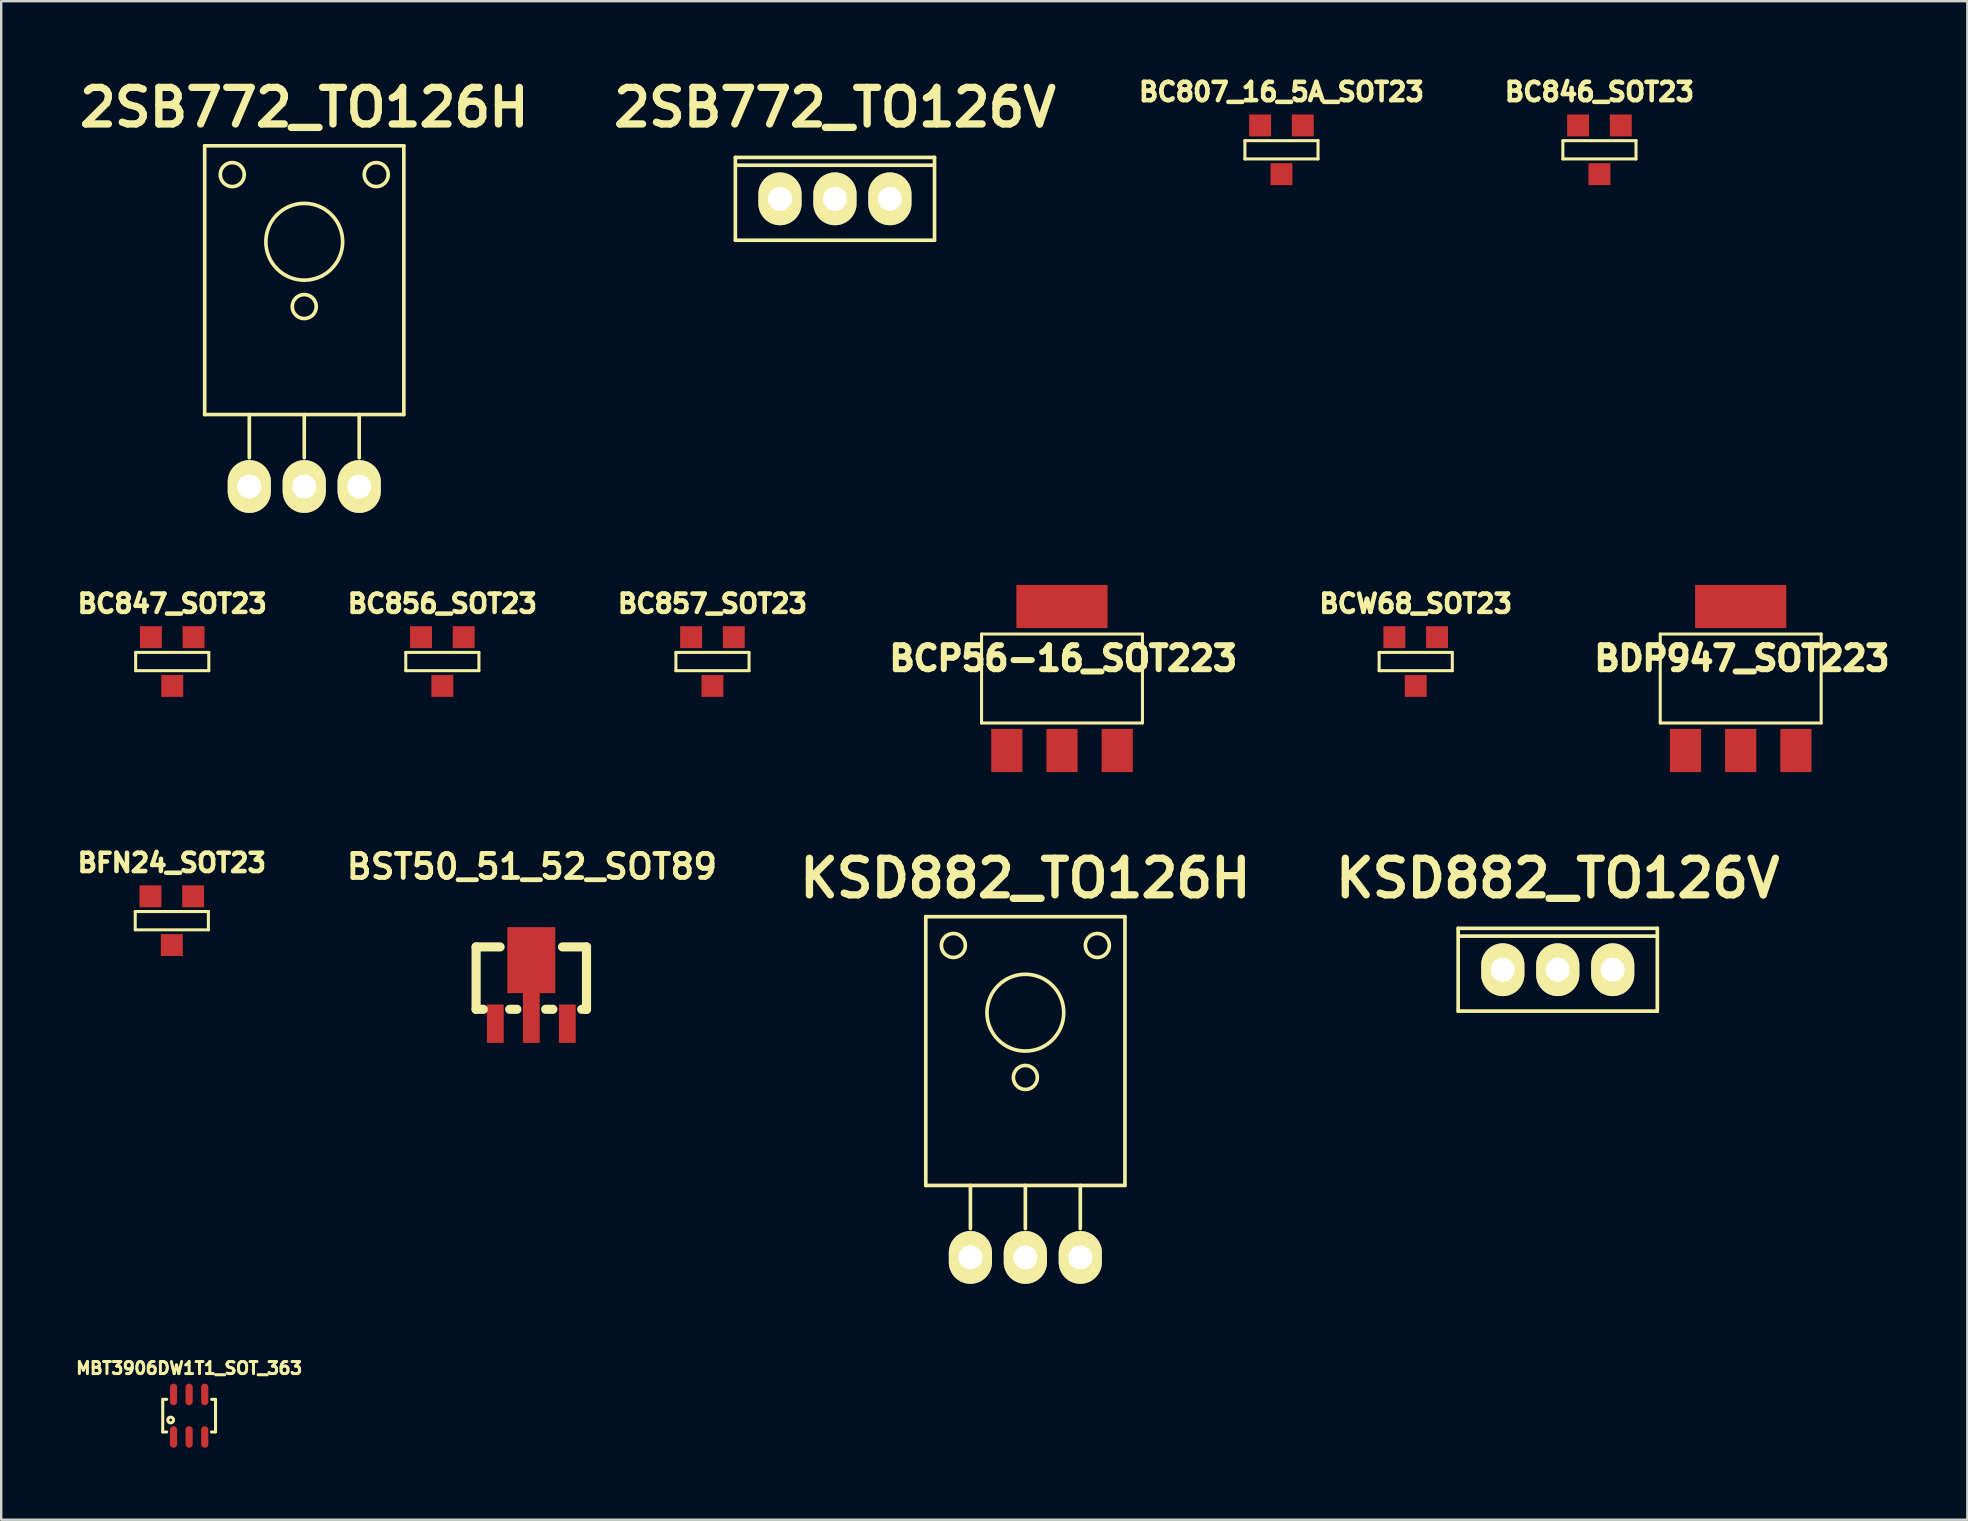
<source format=kicad_pcb>
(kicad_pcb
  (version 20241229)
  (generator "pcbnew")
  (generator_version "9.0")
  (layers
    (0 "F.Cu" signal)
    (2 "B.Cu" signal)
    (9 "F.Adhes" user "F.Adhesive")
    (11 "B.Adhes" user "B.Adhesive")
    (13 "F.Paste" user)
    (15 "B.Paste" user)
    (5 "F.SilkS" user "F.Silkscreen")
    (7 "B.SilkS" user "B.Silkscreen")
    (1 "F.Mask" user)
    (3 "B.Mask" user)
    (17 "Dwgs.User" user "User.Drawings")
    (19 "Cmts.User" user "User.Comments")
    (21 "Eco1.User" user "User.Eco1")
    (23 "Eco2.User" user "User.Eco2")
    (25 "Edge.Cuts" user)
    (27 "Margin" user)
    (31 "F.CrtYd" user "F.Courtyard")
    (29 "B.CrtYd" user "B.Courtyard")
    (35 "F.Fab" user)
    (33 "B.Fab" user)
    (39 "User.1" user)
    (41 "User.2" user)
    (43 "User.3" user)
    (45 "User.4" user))
  (footprint "BC807_16_5A_SOT23"
    (layer "F.Cu")
    (at 50.355 3.193)
    (property "Reference" "BC807_16_5A_SOT23" (at 0 -2.413 0) (layer "F.SilkS") (effects (font (size 0.762 0.762) (thickness 0.191))))
    (attr smd)
    (fp_line (start -1.524 -0.381) (end 1.524 -0.381) (stroke (width 0.127) (type solid)) (layer "F.SilkS"))
    (fp_line (start -1.524 0.381) (end -1.524 -0.381) (stroke (width 0.127) (type solid)) (layer "F.SilkS"))
    (fp_line (start 1.524 -0.381) (end 1.524 0.381) (stroke (width 0.127) (type solid)) (layer "F.SilkS"))
    (fp_line (start 1.524 0.381) (end -1.524 0.381) (stroke (width 0.127) (type solid)) (layer "F.SilkS"))
    (pad "1" smd rect (at 0.889 -1.016) (size 0.914 0.914) (layers "F.Cu" "F.Mask" "F.Paste"))
    (pad "2" smd rect (at -0.889 -1.016) (size 0.914 0.914) (layers "F.Cu" "F.Mask" "F.Paste"))
    (pad "3" smd rect (at 0 1.016) (size 0.914 0.914) (layers "F.Cu" "F.Mask" "F.Paste")))
  (footprint "BDP947_SOT223"
    (layer "F.Cu")
    (at 69.494 25.227)
    (property "Reference" "BDP947_SOT223" (at 0.051 -0.838 0) (layer "F.SilkS") (effects (font (size 1 1) (thickness 0.25))))
    (attr through_hole)
    (fp_line (start -3.353 -1.854) (end 3.353 -1.854) (stroke (width 0.127) (type solid)) (layer "F.SilkS"))
    (fp_line (start -3.353 1.854) (end -3.353 -1.854) (stroke (width 0.127) (type solid)) (layer "F.SilkS"))
    (fp_line (start 3.353 -1.854) (end 3.353 1.854) (stroke (width 0.127) (type solid)) (layer "F.SilkS"))
    (fp_line (start 3.353 1.854) (end -3.353 1.854) (stroke (width 0.127) (type solid)) (layer "F.SilkS"))
    (pad "B" smd rect (at -2.301 3) (size 1.3 1.801) (layers "F.Cu" "F.Mask" "F.Paste"))
    (pad "C" smd rect (at 0 -3) (size 3.8 1.801) (layers "F.Cu" "F.Mask" "F.Paste"))
    (pad "C" smd rect (at 0 3) (size 1.3 1.801) (layers "F.Cu" "F.Mask" "F.Paste"))
    (pad "E" smd rect (at 2.301 3) (size 1.3 1.801) (layers "F.Cu" "F.Mask" "F.Paste")))
  (footprint "KSD882_TO126H"
    (layer "F.Cu")
    (at 39.682 49.353)
    (property "Reference" "KSD882_TO126H" (at 0 -15.8 0) (layer "F.SilkS") (effects (font (size 1.524 1.524) (thickness 0.305))))
    (attr through_hole)
    (fp_line (start -4.15 -3) (end -4.15 -14.2) (stroke (width 0.152) (type solid)) (layer "F.SilkS"))
    (fp_line (start -2.29 -1.2) (end -2.29 -3) (stroke (width 0.152) (type solid)) (layer "F.SilkS"))
    (fp_line (start 0 -1.2) (end 0 -3) (stroke (width 0.152) (type solid)) (layer "F.SilkS"))
    (fp_line (start 2.29 -1.2) (end 2.29 -3) (stroke (width 0.152) (type solid)) (layer "F.SilkS"))
    (fp_line (start 4.15 -14.2) (end -4.15 -14.2) (stroke (width 0.152) (type solid)) (layer "F.SilkS"))
    (fp_line (start 4.15 -3) (end -4.15 -3) (stroke (width 0.152) (type solid)) (layer "F.SilkS"))
    (fp_line (start 4.15 -3) (end 4.15 -14.2) (stroke (width 0.152) (type solid)) (layer "F.SilkS"))
    (fp_circle (center -3 -13) (end -3 -13.5) (stroke (width 0.152) (type solid)) (fill no) (layer "F.SilkS"))
    (fp_circle (center 0 -10.2) (end 1.6 -10.2) (stroke (width 0.152) (type solid)) (fill no) (layer "F.SilkS"))
    (fp_circle (center 0 -7.5) (end 0.5 -7.5) (stroke (width 0.152) (type solid)) (fill no) (layer "F.SilkS"))
    (fp_circle (center 3 -13) (end 3.5 -13) (stroke (width 0.152) (type solid)) (fill no) (layer "F.SilkS"))
    (pad "1" thru_hole oval (at -2.29 0) (size 1.8 2.2) (drill 1) (layers "*.Cu" "*.Mask" "F.SilkS"))
    (pad "2" thru_hole oval (at 0 0) (size 1.8 2.2) (drill 1) (layers "*.Cu" "*.Mask" "F.SilkS"))
    (pad "3" thru_hole oval (at 2.29 0) (size 1.8 2.2) (drill 1) (layers "*.Cu" "*.Mask" "F.SilkS")))
  (footprint "BC857_SOT23"
    (layer "F.Cu")
    (at 26.642 24.52)
    (property "Reference" "BC857_SOT23" (at 0 -2.413 0) (layer "F.SilkS") (effects (font (size 0.762 0.762) (thickness 0.191))))
    (attr smd)
    (fp_line (start -1.524 -0.381) (end 1.524 -0.381) (stroke (width 0.127) (type solid)) (layer "F.SilkS"))
    (fp_line (start -1.524 0.381) (end -1.524 -0.381) (stroke (width 0.127) (type solid)) (layer "F.SilkS"))
    (fp_line (start 1.524 -0.381) (end 1.524 0.381) (stroke (width 0.127) (type solid)) (layer "F.SilkS"))
    (fp_line (start 1.524 0.381) (end -1.524 0.381) (stroke (width 0.127) (type solid)) (layer "F.SilkS"))
    (pad "1" smd rect (at 0.889 -1.016) (size 0.914 0.914) (layers "F.Cu" "F.Mask" "F.Paste"))
    (pad "2" smd rect (at -0.889 -1.016) (size 0.914 0.914) (layers "F.Cu" "F.Mask" "F.Paste"))
    (pad "3" smd rect (at 0 1.016) (size 0.914 0.914) (layers "F.Cu" "F.Mask" "F.Paste")))
  (footprint "BCP56-16_SOT223"
    (layer "F.Cu")
    (at 41.209 25.227)
    (property "Reference" "BCP56-16_SOT223" (at 0.051 -0.838 0) (layer "F.SilkS") (effects (font (size 1 1) (thickness 0.25))))
    (attr through_hole)
    (fp_line (start -3.353 -1.854) (end 3.353 -1.854) (stroke (width 0.127) (type solid)) (layer "F.SilkS"))
    (fp_line (start -3.353 1.854) (end -3.353 -1.854) (stroke (width 0.127) (type solid)) (layer "F.SilkS"))
    (fp_line (start 3.353 -1.854) (end 3.353 1.854) (stroke (width 0.127) (type solid)) (layer "F.SilkS"))
    (fp_line (start 3.353 1.854) (end -3.353 1.854) (stroke (width 0.127) (type solid)) (layer "F.SilkS"))
    (pad "B" smd rect (at -2.301 3) (size 1.3 1.801) (layers "F.Cu" "F.Mask" "F.Paste"))
    (pad "C" smd rect (at 0 -3) (size 3.8 1.801) (layers "F.Cu" "F.Mask" "F.Paste"))
    (pad "C" smd rect (at 0 3) (size 1.3 1.801) (layers "F.Cu" "F.Mask" "F.Paste"))
    (pad "E" smd rect (at 2.301 3) (size 1.3 1.801) (layers "F.Cu" "F.Mask" "F.Paste")))
  (footprint "BC847_SOT23"
    (layer "F.Cu")
    (at 4.128 24.52)
    (property "Reference" "BC847_SOT23" (at 0 -2.413 0) (layer "F.SilkS") (effects (font (size 0.762 0.762) (thickness 0.191))))
    (attr smd)
    (fp_line (start -1.524 -0.381) (end 1.524 -0.381) (stroke (width 0.127) (type solid)) (layer "F.SilkS"))
    (fp_line (start -1.524 0.381) (end -1.524 -0.381) (stroke (width 0.127) (type solid)) (layer "F.SilkS"))
    (fp_line (start 1.524 -0.381) (end 1.524 0.381) (stroke (width 0.127) (type solid)) (layer "F.SilkS"))
    (fp_line (start 1.524 0.381) (end -1.524 0.381) (stroke (width 0.127) (type solid)) (layer "F.SilkS"))
    (pad "1" smd rect (at 0.889 -1.016) (size 0.914 0.914) (layers "F.Cu" "F.Mask" "F.Paste"))
    (pad "2" smd rect (at -0.889 -1.016) (size 0.914 0.914) (layers "F.Cu" "F.Mask" "F.Paste"))
    (pad "3" smd rect (at 0 1.016) (size 0.914 0.914) (layers "F.Cu" "F.Mask" "F.Paste")))
  (footprint "2SB772_TO126V"
    (layer "F.Cu")
    (at 31.746 5.236)
    (property "Reference" "2SB772_TO126V" (at 0 -3.81 0) (layer "F.SilkS") (effects (font (size 1.524 1.524) (thickness 0.305))))
    (attr through_hole)
    (fp_line (start -4.15 -1.725) (end 4.15 -1.725) (stroke (width 0.152) (type solid)) (layer "F.SilkS"))
    (fp_line (start -4.15 1.725) (end -4.15 -1.725) (stroke (width 0.152) (type solid)) (layer "F.SilkS"))
    (fp_line (start 4.1 -1.4) (end -4.1 -1.4) (stroke (width 0.152) (type solid)) (layer "F.SilkS"))
    (fp_line (start 4.15 -1.725) (end 4.15 1.725) (stroke (width 0.152) (type solid)) (layer "F.SilkS"))
    (fp_line (start 4.15 1.725) (end -4.15 1.725) (stroke (width 0.152) (type solid)) (layer "F.SilkS"))
    (pad "1" thru_hole oval (at -2.29 0) (size 1.8 2.2) (drill 1) (layers "*.Cu" "*.Mask" "F.SilkS"))
    (pad "2" thru_hole oval (at 0 0) (size 1.8 2.2) (drill 1) (layers "*.Cu" "*.Mask" "F.SilkS"))
    (pad "3" thru_hole oval (at 2.29 0) (size 1.8 2.2) (drill 1) (layers "*.Cu" "*.Mask" "F.SilkS")))
  (footprint "KSD882_TO126V"
    (layer "F.Cu")
    (at 61.869 37.363)
    (property "Reference" "KSD882_TO126V" (at 0 -3.81 0) (layer "F.SilkS") (effects (font (size 1.524 1.524) (thickness 0.305))))
    (attr through_hole)
    (fp_line (start -4.15 -1.725) (end 4.15 -1.725) (stroke (width 0.152) (type solid)) (layer "F.SilkS"))
    (fp_line (start -4.15 1.725) (end -4.15 -1.725) (stroke (width 0.152) (type solid)) (layer "F.SilkS"))
    (fp_line (start 4.1 -1.4) (end -4.1 -1.4) (stroke (width 0.152) (type solid)) (layer "F.SilkS"))
    (fp_line (start 4.15 -1.725) (end 4.15 1.725) (stroke (width 0.152) (type solid)) (layer "F.SilkS"))
    (fp_line (start 4.15 1.725) (end -4.15 1.725) (stroke (width 0.152) (type solid)) (layer "F.SilkS"))
    (pad "1" thru_hole oval (at -2.29 0) (size 1.8 2.2) (drill 1) (layers "*.Cu" "*.Mask" "F.SilkS"))
    (pad "2" thru_hole oval (at 0 0) (size 1.8 2.2) (drill 1) (layers "*.Cu" "*.Mask" "F.SilkS"))
    (pad "3" thru_hole oval (at 2.29 0) (size 1.8 2.2) (drill 1) (layers "*.Cu" "*.Mask" "F.SilkS")))
  (footprint "2SB772_TO126H"
    (layer "F.Cu")
    (at 9.63 17.226)
    (property "Reference" "2SB772_TO126H" (at 0 -15.8 0) (layer "F.SilkS") (effects (font (size 1.524 1.524) (thickness 0.305))))
    (attr through_hole)
    (fp_line (start -4.15 -3) (end -4.15 -14.2) (stroke (width 0.152) (type solid)) (layer "F.SilkS"))
    (fp_line (start -2.29 -1.2) (end -2.29 -3) (stroke (width 0.152) (type solid)) (layer "F.SilkS"))
    (fp_line (start 0 -1.2) (end 0 -3) (stroke (width 0.152) (type solid)) (layer "F.SilkS"))
    (fp_line (start 2.29 -1.2) (end 2.29 -3) (stroke (width 0.152) (type solid)) (layer "F.SilkS"))
    (fp_line (start 4.15 -14.2) (end -4.15 -14.2) (stroke (width 0.152) (type solid)) (layer "F.SilkS"))
    (fp_line (start 4.15 -3) (end -4.15 -3) (stroke (width 0.152) (type solid)) (layer "F.SilkS"))
    (fp_line (start 4.15 -3) (end 4.15 -14.2) (stroke (width 0.152) (type solid)) (layer "F.SilkS"))
    (fp_circle (center -3 -13) (end -3 -13.5) (stroke (width 0.152) (type solid)) (fill no) (layer "F.SilkS"))
    (fp_circle (center 0 -10.2) (end 1.6 -10.2) (stroke (width 0.152) (type solid)) (fill no) (layer "F.SilkS"))
    (fp_circle (center 0 -7.5) (end 0.5 -7.5) (stroke (width 0.152) (type solid)) (fill no) (layer "F.SilkS"))
    (fp_circle (center 3 -13) (end 3.5 -13) (stroke (width 0.152) (type solid)) (fill no) (layer "F.SilkS"))
    (pad "1" thru_hole oval (at -2.29 0) (size 1.8 2.2) (drill 1) (layers "*.Cu" "*.Mask" "F.SilkS"))
    (pad "2" thru_hole oval (at 0 0) (size 1.8 2.2) (drill 1) (layers "*.Cu" "*.Mask" "F.SilkS"))
    (pad "3" thru_hole oval (at 2.29 0) (size 1.8 2.2) (drill 1) (layers "*.Cu" "*.Mask" "F.SilkS")))
  (footprint "BC856_SOT23"
    (layer "F.Cu")
    (at 15.385 24.52)
    (property "Reference" "BC856_SOT23" (at 0 -2.413 0) (layer "F.SilkS") (effects (font (size 0.762 0.762) (thickness 0.191))))
    (attr smd)
    (fp_line (start -1.524 -0.381) (end 1.524 -0.381) (stroke (width 0.127) (type solid)) (layer "F.SilkS"))
    (fp_line (start -1.524 0.381) (end -1.524 -0.381) (stroke (width 0.127) (type solid)) (layer "F.SilkS"))
    (fp_line (start 1.524 -0.381) (end 1.524 0.381) (stroke (width 0.127) (type solid)) (layer "F.SilkS"))
    (fp_line (start 1.524 0.381) (end -1.524 0.381) (stroke (width 0.127) (type solid)) (layer "F.SilkS"))
    (pad "1" smd rect (at 0.889 -1.016) (size 0.914 0.914) (layers "F.Cu" "F.Mask" "F.Paste"))
    (pad "2" smd rect (at -0.889 -1.016) (size 0.914 0.914) (layers "F.Cu" "F.Mask" "F.Paste"))
    (pad "3" smd rect (at 0 1.016) (size 0.914 0.914) (layers "F.Cu" "F.Mask" "F.Paste")))
  (footprint "BC846_SOT23"
    (layer "F.Cu")
    (at 63.607 3.193)
    (property "Reference" "BC846_SOT23" (at 0 -2.413 0) (layer "F.SilkS") (effects (font (size 0.762 0.762) (thickness 0.191))))
    (attr smd)
    (fp_line (start -1.524 -0.381) (end 1.524 -0.381) (stroke (width 0.127) (type solid)) (layer "F.SilkS"))
    (fp_line (start -1.524 0.381) (end -1.524 -0.381) (stroke (width 0.127) (type solid)) (layer "F.SilkS"))
    (fp_line (start 1.524 -0.381) (end 1.524 0.381) (stroke (width 0.127) (type solid)) (layer "F.SilkS"))
    (fp_line (start 1.524 0.381) (end -1.524 0.381) (stroke (width 0.127) (type solid)) (layer "F.SilkS"))
    (pad "1" smd rect (at 0.889 -1.016) (size 0.914 0.914) (layers "F.Cu" "F.Mask" "F.Paste"))
    (pad "2" smd rect (at -0.889 -1.016) (size 0.914 0.914) (layers "F.Cu" "F.Mask" "F.Paste"))
    (pad "3" smd rect (at 0 1.016) (size 0.914 0.914) (layers "F.Cu" "F.Mask" "F.Paste")))
  (footprint "BFN24_SOT23"
    (layer "F.Cu")
    (at 4.11 35.32)
    (property "Reference" "BFN24_SOT23" (at 0 -2.413 0) (layer "F.SilkS") (effects (font (size 0.762 0.762) (thickness 0.191))))
    (attr smd)
    (fp_line (start -1.524 -0.381) (end 1.524 -0.381) (stroke (width 0.127) (type solid)) (layer "F.SilkS"))
    (fp_line (start -1.524 0.381) (end -1.524 -0.381) (stroke (width 0.127) (type solid)) (layer "F.SilkS"))
    (fp_line (start 1.524 -0.381) (end 1.524 0.381) (stroke (width 0.127) (type solid)) (layer "F.SilkS"))
    (fp_line (start 1.524 0.381) (end -1.524 0.381) (stroke (width 0.127) (type solid)) (layer "F.SilkS"))
    (pad "1" smd rect (at 0.889 -1.016) (size 0.914 0.914) (layers "F.Cu" "F.Mask" "F.Paste"))
    (pad "2" smd rect (at -0.889 -1.016) (size 0.914 0.914) (layers "F.Cu" "F.Mask" "F.Paste"))
    (pad "3" smd rect (at 0 1.016) (size 0.914 0.914) (layers "F.Cu" "F.Mask" "F.Paste")))
  (footprint "BCW68_SOT23"
    (layer "F.Cu")
    (at 55.95 24.52)
    (property "Reference" "BCW68_SOT23" (at 0 -2.413 0) (layer "F.SilkS") (effects (font (size 0.762 0.762) (thickness 0.191))))
    (attr smd)
    (fp_line (start -1.524 -0.381) (end 1.524 -0.381) (stroke (width 0.127) (type solid)) (layer "F.SilkS"))
    (fp_line (start -1.524 0.381) (end -1.524 -0.381) (stroke (width 0.127) (type solid)) (layer "F.SilkS"))
    (fp_line (start 1.524 -0.381) (end 1.524 0.381) (stroke (width 0.127) (type solid)) (layer "F.SilkS"))
    (fp_line (start 1.524 0.381) (end -1.524 0.381) (stroke (width 0.127) (type solid)) (layer "F.SilkS"))
    (pad "B" smd rect (at 0.889 -1.016) (size 0.914 0.914) (layers "F.Cu" "F.Mask" "F.Paste"))
    (pad "C" smd rect (at 0 1.016) (size 0.914 0.914) (layers "F.Cu" "F.Mask" "F.Paste"))
    (pad "E" smd rect (at -0.889 -1.016) (size 0.914 0.914) (layers "F.Cu" "F.Mask" "F.Paste")))
  (footprint "BST50_51_52_SOT89"
    (layer "F.Cu")
    (at 19.092 37.713)
    (property "Reference" "BST50_51_52_SOT89" (at 0.025 -4.648 0) (layer "F.SilkS") (effects (font (size 1.001 1.001) (thickness 0.201))))
    (attr through_hole)
    (fp_line (start -2.3 -1.3) (end -1.3 -1.3) (stroke (width 0.381) (type solid)) (layer "F.SilkS"))
    (fp_line (start -2.3 1.3) (end -2.3 -1.3) (stroke (width 0.381) (type solid)) (layer "F.SilkS"))
    (fp_line (start -2.299 1.308) (end -2.299 -1.308) (stroke (width 0.127) (type solid)) (layer "F.SilkS"))
    (fp_line (start -2 1.3) (end -2.3 1.3) (stroke (width 0.381) (type solid)) (layer "F.SilkS"))
    (fp_line (start -0.6 1.3) (end -0.9 1.3) (stroke (width 0.381) (type solid)) (layer "F.SilkS"))
    (fp_line (start 0.9 1.3) (end 0.6 1.3) (stroke (width 0.381) (type solid)) (layer "F.SilkS"))
    (fp_line (start 1.3 -1.3) (end 2.3 -1.3) (stroke (width 0.381) (type solid)) (layer "F.SilkS"))
    (fp_line (start 2.299 -1.308) (end 2.299 1.308) (stroke (width 0.127) (type solid)) (layer "F.SilkS"))
    (fp_line (start 2.3 -1.3) (end 2.3 1.3) (stroke (width 0.381) (type solid)) (layer "F.SilkS"))
    (fp_line (start 2.3 1.3) (end 2.1 1.3) (stroke (width 0.381) (type solid)) (layer "F.SilkS"))
    (pad "1" smd rect (at 1.501 1.9) (size 0.701 1.6) (layers "F.Cu" "F.Mask" "F.Paste"))
    (pad "2" smd rect (at 0 -0.749) (size 1.999 2.751) (layers "F.Cu" "F.Mask" "F.Paste"))
    (pad "2" smd rect (at 0 1.651) (size 0.701 2.101) (layers "F.Cu" "F.Mask" "F.Paste"))
    (pad "3" smd rect (at -1.501 1.9) (size 0.701 1.6) (layers "F.Cu" "F.Mask" "F.Paste")))
  (footprint "MBT3906DW1T1_SOT_363"
    (layer "F.Cu")
    (at 4.832 55.949)
    (property "Reference" "MBT3906DW1T1_SOT_363" (at 0 -1.981 0) (layer "F.SilkS") (effects (font (size 0.503 0.503) (thickness 0.127))))
    (attr smd)
    (fp_line (start -1.1 -0.676) (end -1.1 0.676) (stroke (width 0.127) (type solid)) (layer "F.SilkS"))
    (fp_line (start -0.935 -0.683) (end -1.095 -0.683) (stroke (width 0.127) (type solid)) (layer "F.SilkS"))
    (fp_line (start -0.935 0.678) (end -1.095 0.678) (stroke (width 0.127) (type solid)) (layer "F.SilkS"))
    (fp_line (start 1.092 0.678) (end 0.932 0.678) (stroke (width 0.127) (type solid)) (layer "F.SilkS"))
    (fp_line (start 1.1 -0.681) (end 0.94 -0.681) (stroke (width 0.127) (type solid)) (layer "F.SilkS"))
    (fp_line (start 1.1 0.676) (end 1.1 -0.676) (stroke (width 0.127) (type solid)) (layer "F.SilkS"))
    (fp_circle (center -0.77 0.18) (end -0.759 0.3) (stroke (width 0.127) (type solid)) (fill no) (layer "F.SilkS"))
    (pad "1" smd oval (at -0.65 0.886) (size 0.3 0.899) (layers "F.Cu" "F.Mask" "F.Paste"))
    (pad "2" smd oval (at 0 0.886) (size 0.3 0.899) (layers "F.Cu" "F.Mask" "F.Paste"))
    (pad "3" smd oval (at 0.65 0.886) (size 0.3 0.899) (layers "F.Cu" "F.Mask" "F.Paste"))
    (pad "4" smd oval (at 0.65 -0.886) (size 0.3 0.899) (layers "F.Cu" "F.Mask" "F.Paste"))
    (pad "5" smd oval (at 0 -0.886) (size 0.3 0.899) (layers "F.Cu" "F.Mask" "F.Paste"))
    (pad "6" smd oval (at -0.65 -0.886) (size 0.3 0.899) (layers "F.Cu" "F.Mask" "F.Paste")))
  (gr_rect
    (start -3 -3)
    (end 78.939 60.285)
    (stroke (width 0.1) (type default))
    (fill no)
    (layer "Edge.Cuts")))
</source>
